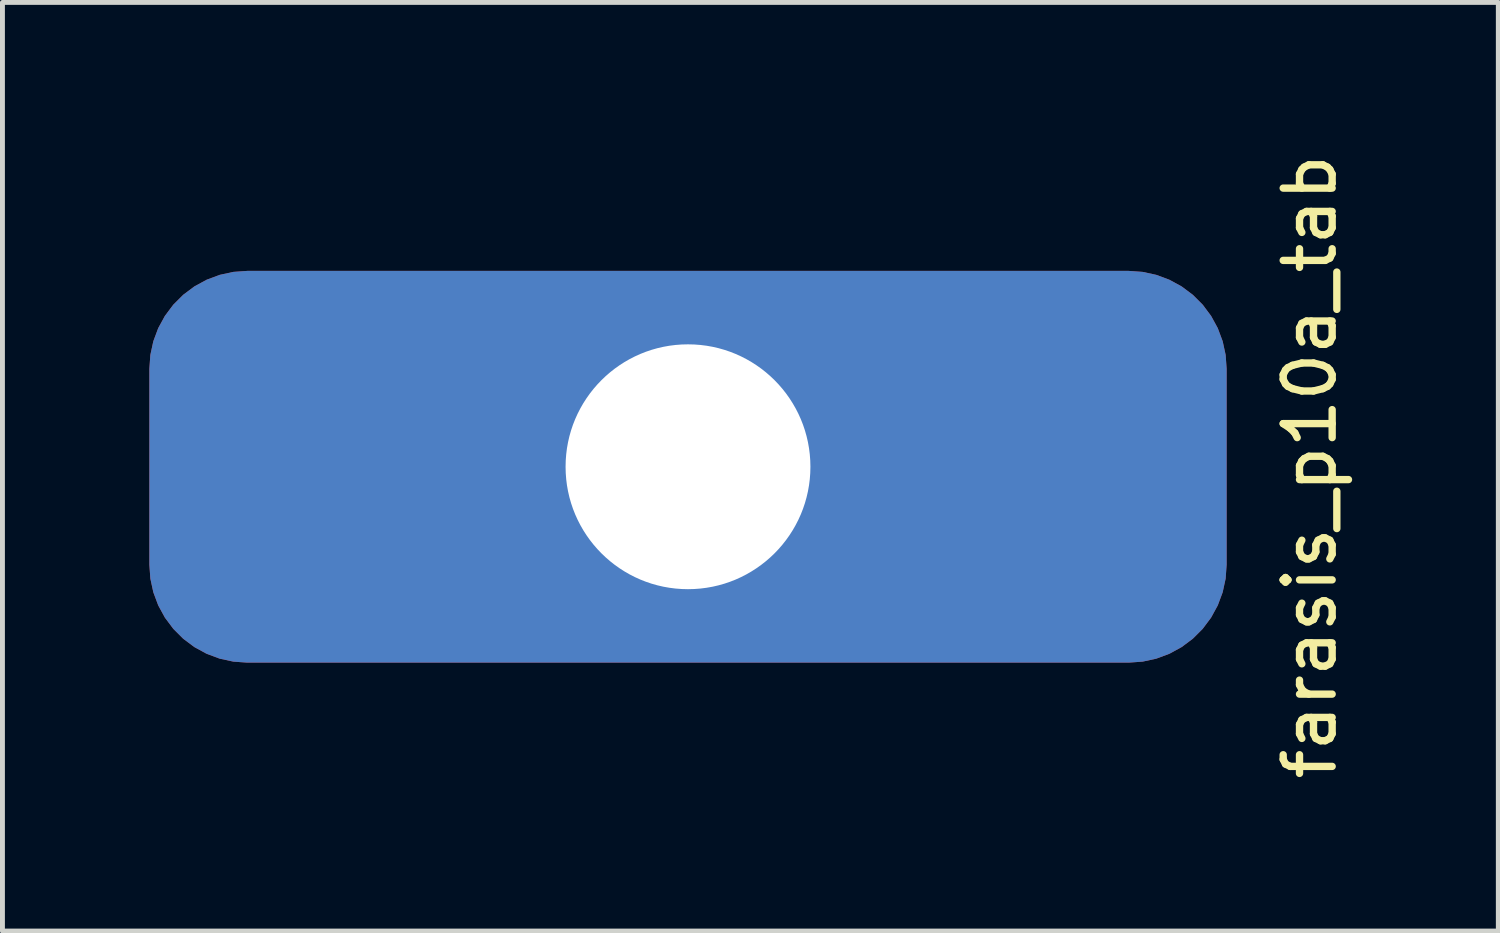
<source format=kicad_pcb>
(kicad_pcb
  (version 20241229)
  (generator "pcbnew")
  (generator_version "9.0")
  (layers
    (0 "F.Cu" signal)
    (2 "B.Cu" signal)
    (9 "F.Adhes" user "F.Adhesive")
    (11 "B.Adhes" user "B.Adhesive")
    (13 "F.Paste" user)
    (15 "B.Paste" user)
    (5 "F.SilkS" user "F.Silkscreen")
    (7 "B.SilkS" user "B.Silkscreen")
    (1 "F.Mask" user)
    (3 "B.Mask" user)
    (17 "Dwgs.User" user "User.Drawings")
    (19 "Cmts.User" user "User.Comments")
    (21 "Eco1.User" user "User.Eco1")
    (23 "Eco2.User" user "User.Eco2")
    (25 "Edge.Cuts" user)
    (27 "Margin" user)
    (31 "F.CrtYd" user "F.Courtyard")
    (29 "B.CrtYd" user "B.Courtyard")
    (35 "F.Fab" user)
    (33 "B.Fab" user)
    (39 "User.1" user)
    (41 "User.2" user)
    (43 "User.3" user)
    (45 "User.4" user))
  (footprint "farasis_p10a_tab"
    (layer "F.Cu")
    (at 11 6.482)
    (property "Reference" "farasis_p10a_tab" (at 12.7 0 90) (layer "F.SilkS") (effects (font (size 1 1) (thickness 0.15))))
    (attr through_hole)
    (pad "1" thru_hole roundrect (at 0 0) (size 22 8) (drill 5) (layers "*.Cu" "*.Mask") (roundrect_rratio 0.25)))
  (gr_rect
    (start -3 -3)
    (end 27.548 15.964)
    (stroke (width 0.1) (type default))
    (fill no)
    (layer "Edge.Cuts")))
</source>
